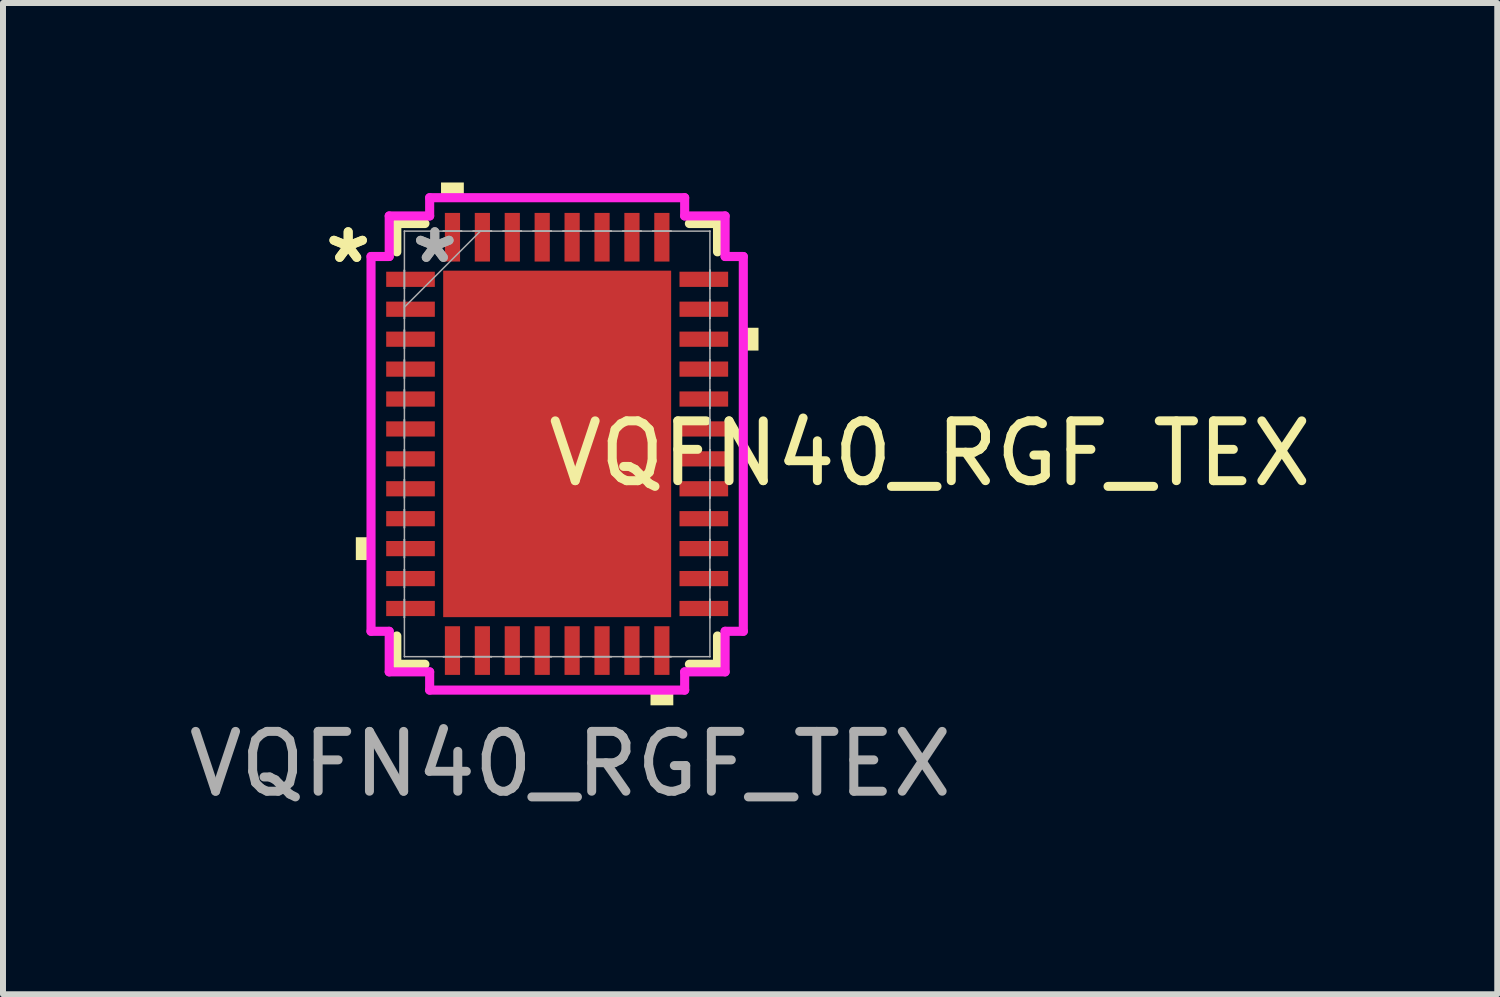
<source format=kicad_pcb>
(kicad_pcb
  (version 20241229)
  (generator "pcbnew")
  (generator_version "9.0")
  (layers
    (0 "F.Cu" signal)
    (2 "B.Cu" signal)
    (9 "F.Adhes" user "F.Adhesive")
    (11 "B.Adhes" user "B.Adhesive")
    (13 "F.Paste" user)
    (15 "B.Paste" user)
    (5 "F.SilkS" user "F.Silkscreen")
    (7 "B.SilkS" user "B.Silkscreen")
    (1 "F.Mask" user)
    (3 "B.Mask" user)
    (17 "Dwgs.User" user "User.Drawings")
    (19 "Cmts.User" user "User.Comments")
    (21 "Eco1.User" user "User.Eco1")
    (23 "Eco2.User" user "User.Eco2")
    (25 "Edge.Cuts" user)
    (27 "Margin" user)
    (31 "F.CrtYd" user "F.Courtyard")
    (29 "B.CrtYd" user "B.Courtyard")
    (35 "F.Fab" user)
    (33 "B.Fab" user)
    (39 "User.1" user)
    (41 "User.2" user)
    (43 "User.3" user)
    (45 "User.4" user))
  (footprint "VQFN40_RGF_TEX"
    (layer "F.Cu")
    (at 6.262 4.369)
    (property "Reference" "VQFN40_RGF_TEX" (at 6.23 0.16 0) (unlocked yes) (layer "F.SilkS") (effects (font (size 1 1) (thickness 0.15))))
    (attr smd)
    (fp_line (start -2.68 -3.683) (end -2.68 -3.21) (stroke (width 0.152) (type solid)) (layer "F.SilkS"))
    (fp_line (start -2.68 3.21) (end -2.68 3.683) (stroke (width 0.152) (type solid)) (layer "F.SilkS"))
    (fp_line (start -2.68 3.683) (end -2.21 3.683) (stroke (width 0.152) (type solid)) (layer "F.SilkS"))
    (fp_line (start -2.21 -3.683) (end -2.68 -3.683) (stroke (width 0.152) (type solid)) (layer "F.SilkS"))
    (fp_line (start 2.21 3.683) (end 2.68 3.683) (stroke (width 0.152) (type solid)) (layer "F.SilkS"))
    (fp_line (start 2.68 -3.683) (end 2.21 -3.683) (stroke (width 0.152) (type solid)) (layer "F.SilkS"))
    (fp_line (start 2.68 -3.21) (end 2.68 -3.683) (stroke (width 0.152) (type solid)) (layer "F.SilkS"))
    (fp_line (start 2.68 3.683) (end 2.68 3.21) (stroke (width 0.152) (type solid)) (layer "F.SilkS"))
    (fp_poly (pts (xy -3.365 1.56) (xy -3.365 1.941) (xy -3.111 1.941) (xy -3.111 1.56)) (stroke (width 0) (type solid)) (fill yes) (layer "F.SilkS"))
    (fp_poly (pts (xy -1.941 -4.115) (xy -1.941 -4.369) (xy -1.56 -4.369) (xy -1.56 -4.115)) (stroke (width 0) (type solid)) (fill yes) (layer "F.SilkS"))
    (fp_poly (pts (xy 1.56 4.115) (xy 1.56 4.369) (xy 1.941 4.369) (xy 1.941 4.115)) (stroke (width 0) (type solid)) (fill yes) (layer "F.SilkS"))
    (fp_poly (pts (xy 3.365 -1.941) (xy 3.365 -1.56) (xy 3.111 -1.56) (xy 3.111 -1.941)) (stroke (width 0) (type solid)) (fill yes) (layer "F.SilkS"))
    (fp_poly (pts (xy -1.805 -2.796) (xy -1.805 -1.548) (xy -0.735 -1.548) (xy -0.735 -2.796)) (stroke (width 0) (type solid)) (fill yes) (layer "F.Paste"))
    (fp_poly (pts (xy -1.805 -1.348) (xy -1.805 -0.1) (xy -0.735 -0.1) (xy -0.735 -1.348)) (stroke (width 0) (type solid)) (fill yes) (layer "F.Paste"))
    (fp_poly (pts (xy -1.805 0.1) (xy -1.805 1.348) (xy -0.735 1.348) (xy -0.735 0.1)) (stroke (width 0) (type solid)) (fill yes) (layer "F.Paste"))
    (fp_poly (pts (xy -1.805 1.548) (xy -1.805 2.796) (xy -0.735 2.796) (xy -0.735 1.548)) (stroke (width 0) (type solid)) (fill yes) (layer "F.Paste"))
    (fp_poly (pts (xy -0.535 -2.796) (xy -0.535 -1.548) (xy 0.535 -1.548) (xy 0.535 -2.796)) (stroke (width 0) (type solid)) (fill yes) (layer "F.Paste"))
    (fp_poly (pts (xy -0.535 -1.348) (xy -0.535 -0.1) (xy 0.535 -0.1) (xy 0.535 -1.348)) (stroke (width 0) (type solid)) (fill yes) (layer "F.Paste"))
    (fp_poly (pts (xy -0.535 0.1) (xy -0.535 1.348) (xy 0.535 1.348) (xy 0.535 0.1)) (stroke (width 0) (type solid)) (fill yes) (layer "F.Paste"))
    (fp_poly (pts (xy -0.535 1.548) (xy -0.535 2.796) (xy 0.535 2.796) (xy 0.535 1.548)) (stroke (width 0) (type solid)) (fill yes) (layer "F.Paste"))
    (fp_poly (pts (xy 0.735 -2.796) (xy 0.735 -1.548) (xy 1.805 -1.548) (xy 1.805 -2.796)) (stroke (width 0) (type solid)) (fill yes) (layer "F.Paste"))
    (fp_poly (pts (xy 0.735 -1.348) (xy 0.735 -0.1) (xy 1.805 -0.1) (xy 1.805 -1.348)) (stroke (width 0) (type solid)) (fill yes) (layer "F.Paste"))
    (fp_poly (pts (xy 0.735 0.1) (xy 0.735 1.348) (xy 1.805 1.348) (xy 1.805 0.1)) (stroke (width 0) (type solid)) (fill yes) (layer "F.Paste"))
    (fp_poly (pts (xy 0.735 1.548) (xy 0.735 2.796) (xy 1.805 2.796) (xy 1.805 1.548)) (stroke (width 0) (type solid)) (fill yes) (layer "F.Paste"))
    (fp_line (start -3.111 -3.132) (end -2.807 -3.132) (stroke (width 0.152) (type solid)) (layer "F.CrtYd"))
    (fp_line (start -3.111 3.132) (end -3.111 -3.132) (stroke (width 0.152) (type solid)) (layer "F.CrtYd"))
    (fp_line (start -2.807 -3.81) (end -2.131 -3.81) (stroke (width 0.152) (type solid)) (layer "F.CrtYd"))
    (fp_line (start -2.807 -3.132) (end -2.807 -3.81) (stroke (width 0.152) (type solid)) (layer "F.CrtYd"))
    (fp_line (start -2.807 3.132) (end -3.111 3.132) (stroke (width 0.152) (type solid)) (layer "F.CrtYd"))
    (fp_line (start -2.807 3.81) (end -2.807 3.132) (stroke (width 0.152) (type solid)) (layer "F.CrtYd"))
    (fp_line (start -2.131 -4.115) (end 2.131 -4.115) (stroke (width 0.152) (type solid)) (layer "F.CrtYd"))
    (fp_line (start -2.131 -3.81) (end -2.131 -4.115) (stroke (width 0.152) (type solid)) (layer "F.CrtYd"))
    (fp_line (start -2.131 3.81) (end -2.807 3.81) (stroke (width 0.152) (type solid)) (layer "F.CrtYd"))
    (fp_line (start -2.131 4.115) (end -2.131 3.81) (stroke (width 0.152) (type solid)) (layer "F.CrtYd"))
    (fp_line (start 2.131 -4.115) (end 2.131 -3.81) (stroke (width 0.152) (type solid)) (layer "F.CrtYd"))
    (fp_line (start 2.131 -3.81) (end 2.807 -3.81) (stroke (width 0.152) (type solid)) (layer "F.CrtYd"))
    (fp_line (start 2.131 3.81) (end 2.131 4.115) (stroke (width 0.152) (type solid)) (layer "F.CrtYd"))
    (fp_line (start 2.131 4.115) (end -2.131 4.115) (stroke (width 0.152) (type solid)) (layer "F.CrtYd"))
    (fp_line (start 2.807 -3.81) (end 2.807 -3.132) (stroke (width 0.152) (type solid)) (layer "F.CrtYd"))
    (fp_line (start 2.807 -3.132) (end 3.111 -3.132) (stroke (width 0.152) (type solid)) (layer "F.CrtYd"))
    (fp_line (start 2.807 3.132) (end 2.807 3.81) (stroke (width 0.152) (type solid)) (layer "F.CrtYd"))
    (fp_line (start 2.807 3.81) (end 2.131 3.81) (stroke (width 0.152) (type solid)) (layer "F.CrtYd"))
    (fp_line (start 3.111 -3.132) (end 3.111 3.132) (stroke (width 0.152) (type solid)) (layer "F.CrtYd"))
    (fp_line (start 3.111 3.132) (end 2.807 3.132) (stroke (width 0.152) (type solid)) (layer "F.CrtYd"))
    (fp_line (start -2.553 -3.556) (end -2.553 -3.556) (stroke (width 0.025) (type solid)) (layer "F.Fab"))
    (fp_line (start -2.553 -3.556) (end -2.553 3.556) (stroke (width 0.025) (type solid)) (layer "F.Fab"))
    (fp_line (start -2.553 -2.903) (end -2.553 -2.903) (stroke (width 0.025) (type solid)) (layer "F.Fab"))
    (fp_line (start -2.553 -2.903) (end -2.553 -2.598) (stroke (width 0.025) (type solid)) (layer "F.Fab"))
    (fp_line (start -2.553 -2.598) (end -2.553 -2.903) (stroke (width 0.025) (type solid)) (layer "F.Fab"))
    (fp_line (start -2.553 -2.598) (end -2.553 -2.598) (stroke (width 0.025) (type solid)) (layer "F.Fab"))
    (fp_line (start -2.553 -2.403) (end -2.553 -2.403) (stroke (width 0.025) (type solid)) (layer "F.Fab"))
    (fp_line (start -2.553 -2.403) (end -2.553 -2.098) (stroke (width 0.025) (type solid)) (layer "F.Fab"))
    (fp_line (start -2.553 -2.286) (end -1.283 -3.556) (stroke (width 0.025) (type solid)) (layer "F.Fab"))
    (fp_line (start -2.553 -2.098) (end -2.553 -2.403) (stroke (width 0.025) (type solid)) (layer "F.Fab"))
    (fp_line (start -2.553 -2.098) (end -2.553 -2.098) (stroke (width 0.025) (type solid)) (layer "F.Fab"))
    (fp_line (start -2.553 -1.903) (end -2.553 -1.903) (stroke (width 0.025) (type solid)) (layer "F.Fab"))
    (fp_line (start -2.553 -1.903) (end -2.553 -1.598) (stroke (width 0.025) (type solid)) (layer "F.Fab"))
    (fp_line (start -2.553 -1.598) (end -2.553 -1.903) (stroke (width 0.025) (type solid)) (layer "F.Fab"))
    (fp_line (start -2.553 -1.598) (end -2.553 -1.598) (stroke (width 0.025) (type solid)) (layer "F.Fab"))
    (fp_line (start -2.553 -1.403) (end -2.553 -1.403) (stroke (width 0.025) (type solid)) (layer "F.Fab"))
    (fp_line (start -2.553 -1.403) (end -2.553 -1.098) (stroke (width 0.025) (type solid)) (layer "F.Fab"))
    (fp_line (start -2.553 -1.098) (end -2.553 -1.403) (stroke (width 0.025) (type solid)) (layer "F.Fab"))
    (fp_line (start -2.553 -1.098) (end -2.553 -1.098) (stroke (width 0.025) (type solid)) (layer "F.Fab"))
    (fp_line (start -2.553 -0.903) (end -2.553 -0.903) (stroke (width 0.025) (type solid)) (layer "F.Fab"))
    (fp_line (start -2.553 -0.903) (end -2.553 -0.598) (stroke (width 0.025) (type solid)) (layer "F.Fab"))
    (fp_line (start -2.553 -0.598) (end -2.553 -0.903) (stroke (width 0.025) (type solid)) (layer "F.Fab"))
    (fp_line (start -2.553 -0.598) (end -2.553 -0.598) (stroke (width 0.025) (type solid)) (layer "F.Fab"))
    (fp_line (start -2.553 -0.402) (end -2.553 -0.402) (stroke (width 0.025) (type solid)) (layer "F.Fab"))
    (fp_line (start -2.553 -0.402) (end -2.553 -0.098) (stroke (width 0.025) (type solid)) (layer "F.Fab"))
    (fp_line (start -2.553 -0.098) (end -2.553 -0.402) (stroke (width 0.025) (type solid)) (layer "F.Fab"))
    (fp_line (start -2.553 -0.098) (end -2.553 -0.098) (stroke (width 0.025) (type solid)) (layer "F.Fab"))
    (fp_line (start -2.553 0.098) (end -2.553 0.098) (stroke (width 0.025) (type solid)) (layer "F.Fab"))
    (fp_line (start -2.553 0.098) (end -2.553 0.402) (stroke (width 0.025) (type solid)) (layer "F.Fab"))
    (fp_line (start -2.553 0.402) (end -2.553 0.098) (stroke (width 0.025) (type solid)) (layer "F.Fab"))
    (fp_line (start -2.553 0.402) (end -2.553 0.402) (stroke (width 0.025) (type solid)) (layer "F.Fab"))
    (fp_line (start -2.553 0.598) (end -2.553 0.598) (stroke (width 0.025) (type solid)) (layer "F.Fab"))
    (fp_line (start -2.553 0.598) (end -2.553 0.903) (stroke (width 0.025) (type solid)) (layer "F.Fab"))
    (fp_line (start -2.553 0.903) (end -2.553 0.598) (stroke (width 0.025) (type solid)) (layer "F.Fab"))
    (fp_line (start -2.553 0.903) (end -2.553 0.903) (stroke (width 0.025) (type solid)) (layer "F.Fab"))
    (fp_line (start -2.553 1.098) (end -2.553 1.098) (stroke (width 0.025) (type solid)) (layer "F.Fab"))
    (fp_line (start -2.553 1.098) (end -2.553 1.403) (stroke (width 0.025) (type solid)) (layer "F.Fab"))
    (fp_line (start -2.553 1.403) (end -2.553 1.098) (stroke (width 0.025) (type solid)) (layer "F.Fab"))
    (fp_line (start -2.553 1.403) (end -2.553 1.403) (stroke (width 0.025) (type solid)) (layer "F.Fab"))
    (fp_line (start -2.553 1.598) (end -2.553 1.598) (stroke (width 0.025) (type solid)) (layer "F.Fab"))
    (fp_line (start -2.553 1.598) (end -2.553 1.903) (stroke (width 0.025) (type solid)) (layer "F.Fab"))
    (fp_line (start -2.553 1.903) (end -2.553 1.598) (stroke (width 0.025) (type solid)) (layer "F.Fab"))
    (fp_line (start -2.553 1.903) (end -2.553 1.903) (stroke (width 0.025) (type solid)) (layer "F.Fab"))
    (fp_line (start -2.553 2.098) (end -2.553 2.098) (stroke (width 0.025) (type solid)) (layer "F.Fab"))
    (fp_line (start -2.553 2.098) (end -2.553 2.403) (stroke (width 0.025) (type solid)) (layer "F.Fab"))
    (fp_line (start -2.553 2.403) (end -2.553 2.098) (stroke (width 0.025) (type solid)) (layer "F.Fab"))
    (fp_line (start -2.553 2.403) (end -2.553 2.403) (stroke (width 0.025) (type solid)) (layer "F.Fab"))
    (fp_line (start -2.553 2.598) (end -2.553 2.598) (stroke (width 0.025) (type solid)) (layer "F.Fab"))
    (fp_line (start -2.553 2.598) (end -2.553 2.903) (stroke (width 0.025) (type solid)) (layer "F.Fab"))
    (fp_line (start -2.553 2.903) (end -2.553 2.598) (stroke (width 0.025) (type solid)) (layer "F.Fab"))
    (fp_line (start -2.553 2.903) (end -2.553 2.903) (stroke (width 0.025) (type solid)) (layer "F.Fab"))
    (fp_line (start -2.553 3.556) (end -2.553 3.556) (stroke (width 0.025) (type solid)) (layer "F.Fab"))
    (fp_line (start -2.553 3.556) (end 2.553 3.556) (stroke (width 0.025) (type solid)) (layer "F.Fab"))
    (fp_line (start -1.903 -3.556) (end -1.903 -3.556) (stroke (width 0.025) (type solid)) (layer "F.Fab"))
    (fp_line (start -1.903 -3.556) (end -1.598 -3.556) (stroke (width 0.025) (type solid)) (layer "F.Fab"))
    (fp_line (start -1.903 3.556) (end -1.903 3.556) (stroke (width 0.025) (type solid)) (layer "F.Fab"))
    (fp_line (start -1.903 3.556) (end -1.598 3.556) (stroke (width 0.025) (type solid)) (layer "F.Fab"))
    (fp_line (start -1.598 -3.556) (end -1.903 -3.556) (stroke (width 0.025) (type solid)) (layer "F.Fab"))
    (fp_line (start -1.598 -3.556) (end -1.598 -3.556) (stroke (width 0.025) (type solid)) (layer "F.Fab"))
    (fp_line (start -1.598 3.556) (end -1.903 3.556) (stroke (width 0.025) (type solid)) (layer "F.Fab"))
    (fp_line (start -1.598 3.556) (end -1.598 3.556) (stroke (width 0.025) (type solid)) (layer "F.Fab"))
    (fp_line (start -1.403 -3.556) (end -1.403 -3.556) (stroke (width 0.025) (type solid)) (layer "F.Fab"))
    (fp_line (start -1.403 -3.556) (end -1.098 -3.556) (stroke (width 0.025) (type solid)) (layer "F.Fab"))
    (fp_line (start -1.403 3.556) (end -1.403 3.556) (stroke (width 0.025) (type solid)) (layer "F.Fab"))
    (fp_line (start -1.403 3.556) (end -1.098 3.556) (stroke (width 0.025) (type solid)) (layer "F.Fab"))
    (fp_line (start -1.098 -3.556) (end -1.403 -3.556) (stroke (width 0.025) (type solid)) (layer "F.Fab"))
    (fp_line (start -1.098 -3.556) (end -1.098 -3.556) (stroke (width 0.025) (type solid)) (layer "F.Fab"))
    (fp_line (start -1.098 3.556) (end -1.403 3.556) (stroke (width 0.025) (type solid)) (layer "F.Fab"))
    (fp_line (start -1.098 3.556) (end -1.098 3.556) (stroke (width 0.025) (type solid)) (layer "F.Fab"))
    (fp_line (start -0.903 -3.556) (end -0.903 -3.556) (stroke (width 0.025) (type solid)) (layer "F.Fab"))
    (fp_line (start -0.903 -3.556) (end -0.598 -3.556) (stroke (width 0.025) (type solid)) (layer "F.Fab"))
    (fp_line (start -0.903 3.556) (end -0.903 3.556) (stroke (width 0.025) (type solid)) (layer "F.Fab"))
    (fp_line (start -0.903 3.556) (end -0.598 3.556) (stroke (width 0.025) (type solid)) (layer "F.Fab"))
    (fp_line (start -0.598 -3.556) (end -0.903 -3.556) (stroke (width 0.025) (type solid)) (layer "F.Fab"))
    (fp_line (start -0.598 -3.556) (end -0.598 -3.556) (stroke (width 0.025) (type solid)) (layer "F.Fab"))
    (fp_line (start -0.598 3.556) (end -0.903 3.556) (stroke (width 0.025) (type solid)) (layer "F.Fab"))
    (fp_line (start -0.598 3.556) (end -0.598 3.556) (stroke (width 0.025) (type solid)) (layer "F.Fab"))
    (fp_line (start -0.402 -3.556) (end -0.402 -3.556) (stroke (width 0.025) (type solid)) (layer "F.Fab"))
    (fp_line (start -0.402 -3.556) (end -0.098 -3.556) (stroke (width 0.025) (type solid)) (layer "F.Fab"))
    (fp_line (start -0.402 3.556) (end -0.402 3.556) (stroke (width 0.025) (type solid)) (layer "F.Fab"))
    (fp_line (start -0.402 3.556) (end -0.098 3.556) (stroke (width 0.025) (type solid)) (layer "F.Fab"))
    (fp_line (start -0.098 -3.556) (end -0.402 -3.556) (stroke (width 0.025) (type solid)) (layer "F.Fab"))
    (fp_line (start -0.098 -3.556) (end -0.098 -3.556) (stroke (width 0.025) (type solid)) (layer "F.Fab"))
    (fp_line (start -0.098 3.556) (end -0.402 3.556) (stroke (width 0.025) (type solid)) (layer "F.Fab"))
    (fp_line (start -0.098 3.556) (end -0.098 3.556) (stroke (width 0.025) (type solid)) (layer "F.Fab"))
    (fp_line (start 0.098 -3.556) (end 0.098 -3.556) (stroke (width 0.025) (type solid)) (layer "F.Fab"))
    (fp_line (start 0.098 -3.556) (end 0.402 -3.556) (stroke (width 0.025) (type solid)) (layer "F.Fab"))
    (fp_line (start 0.098 3.556) (end 0.098 3.556) (stroke (width 0.025) (type solid)) (layer "F.Fab"))
    (fp_line (start 0.098 3.556) (end 0.402 3.556) (stroke (width 0.025) (type solid)) (layer "F.Fab"))
    (fp_line (start 0.402 -3.556) (end 0.098 -3.556) (stroke (width 0.025) (type solid)) (layer "F.Fab"))
    (fp_line (start 0.402 -3.556) (end 0.402 -3.556) (stroke (width 0.025) (type solid)) (layer "F.Fab"))
    (fp_line (start 0.402 3.556) (end 0.098 3.556) (stroke (width 0.025) (type solid)) (layer "F.Fab"))
    (fp_line (start 0.402 3.556) (end 0.402 3.556) (stroke (width 0.025) (type solid)) (layer "F.Fab"))
    (fp_line (start 0.598 -3.556) (end 0.598 -3.556) (stroke (width 0.025) (type solid)) (layer "F.Fab"))
    (fp_line (start 0.598 -3.556) (end 0.903 -3.556) (stroke (width 0.025) (type solid)) (layer "F.Fab"))
    (fp_line (start 0.598 3.556) (end 0.598 3.556) (stroke (width 0.025) (type solid)) (layer "F.Fab"))
    (fp_line (start 0.598 3.556) (end 0.903 3.556) (stroke (width 0.025) (type solid)) (layer "F.Fab"))
    (fp_line (start 0.903 -3.556) (end 0.598 -3.556) (stroke (width 0.025) (type solid)) (layer "F.Fab"))
    (fp_line (start 0.903 -3.556) (end 0.903 -3.556) (stroke (width 0.025) (type solid)) (layer "F.Fab"))
    (fp_line (start 0.903 3.556) (end 0.598 3.556) (stroke (width 0.025) (type solid)) (layer "F.Fab"))
    (fp_line (start 0.903 3.556) (end 0.903 3.556) (stroke (width 0.025) (type solid)) (layer "F.Fab"))
    (fp_line (start 1.098 -3.556) (end 1.098 -3.556) (stroke (width 0.025) (type solid)) (layer "F.Fab"))
    (fp_line (start 1.098 -3.556) (end 1.403 -3.556) (stroke (width 0.025) (type solid)) (layer "F.Fab"))
    (fp_line (start 1.098 3.556) (end 1.098 3.556) (stroke (width 0.025) (type solid)) (layer "F.Fab"))
    (fp_line (start 1.098 3.556) (end 1.403 3.556) (stroke (width 0.025) (type solid)) (layer "F.Fab"))
    (fp_line (start 1.403 -3.556) (end 1.098 -3.556) (stroke (width 0.025) (type solid)) (layer "F.Fab"))
    (fp_line (start 1.403 -3.556) (end 1.403 -3.556) (stroke (width 0.025) (type solid)) (layer "F.Fab"))
    (fp_line (start 1.403 3.556) (end 1.098 3.556) (stroke (width 0.025) (type solid)) (layer "F.Fab"))
    (fp_line (start 1.403 3.556) (end 1.403 3.556) (stroke (width 0.025) (type solid)) (layer "F.Fab"))
    (fp_line (start 1.598 -3.556) (end 1.598 -3.556) (stroke (width 0.025) (type solid)) (layer "F.Fab"))
    (fp_line (start 1.598 -3.556) (end 1.903 -3.556) (stroke (width 0.025) (type solid)) (layer "F.Fab"))
    (fp_line (start 1.598 3.556) (end 1.598 3.556) (stroke (width 0.025) (type solid)) (layer "F.Fab"))
    (fp_line (start 1.598 3.556) (end 1.903 3.556) (stroke (width 0.025) (type solid)) (layer "F.Fab"))
    (fp_line (start 1.903 -3.556) (end 1.598 -3.556) (stroke (width 0.025) (type solid)) (layer "F.Fab"))
    (fp_line (start 1.903 -3.556) (end 1.903 -3.556) (stroke (width 0.025) (type solid)) (layer "F.Fab"))
    (fp_line (start 1.903 3.556) (end 1.598 3.556) (stroke (width 0.025) (type solid)) (layer "F.Fab"))
    (fp_line (start 1.903 3.556) (end 1.903 3.556) (stroke (width 0.025) (type solid)) (layer "F.Fab"))
    (fp_line (start 2.553 -3.556) (end -2.553 -3.556) (stroke (width 0.025) (type solid)) (layer "F.Fab"))
    (fp_line (start 2.553 -3.556) (end 2.553 -3.556) (stroke (width 0.025) (type solid)) (layer "F.Fab"))
    (fp_line (start 2.553 -2.903) (end 2.553 -2.903) (stroke (width 0.025) (type solid)) (layer "F.Fab"))
    (fp_line (start 2.553 -2.903) (end 2.553 -2.598) (stroke (width 0.025) (type solid)) (layer "F.Fab"))
    (fp_line (start 2.553 -2.598) (end 2.553 -2.903) (stroke (width 0.025) (type solid)) (layer "F.Fab"))
    (fp_line (start 2.553 -2.598) (end 2.553 -2.598) (stroke (width 0.025) (type solid)) (layer "F.Fab"))
    (fp_line (start 2.553 -2.403) (end 2.553 -2.403) (stroke (width 0.025) (type solid)) (layer "F.Fab"))
    (fp_line (start 2.553 -2.403) (end 2.553 -2.098) (stroke (width 0.025) (type solid)) (layer "F.Fab"))
    (fp_line (start 2.553 -2.098) (end 2.553 -2.403) (stroke (width 0.025) (type solid)) (layer "F.Fab"))
    (fp_line (start 2.553 -2.098) (end 2.553 -2.098) (stroke (width 0.025) (type solid)) (layer "F.Fab"))
    (fp_line (start 2.553 -1.903) (end 2.553 -1.903) (stroke (width 0.025) (type solid)) (layer "F.Fab"))
    (fp_line (start 2.553 -1.903) (end 2.553 -1.598) (stroke (width 0.025) (type solid)) (layer "F.Fab"))
    (fp_line (start 2.553 -1.598) (end 2.553 -1.903) (stroke (width 0.025) (type solid)) (layer "F.Fab"))
    (fp_line (start 2.553 -1.598) (end 2.553 -1.598) (stroke (width 0.025) (type solid)) (layer "F.Fab"))
    (fp_line (start 2.553 -1.403) (end 2.553 -1.403) (stroke (width 0.025) (type solid)) (layer "F.Fab"))
    (fp_line (start 2.553 -1.403) (end 2.553 -1.098) (stroke (width 0.025) (type solid)) (layer "F.Fab"))
    (fp_line (start 2.553 -1.098) (end 2.553 -1.403) (stroke (width 0.025) (type solid)) (layer "F.Fab"))
    (fp_line (start 2.553 -1.098) (end 2.553 -1.098) (stroke (width 0.025) (type solid)) (layer "F.Fab"))
    (fp_line (start 2.553 -0.903) (end 2.553 -0.903) (stroke (width 0.025) (type solid)) (layer "F.Fab"))
    (fp_line (start 2.553 -0.903) (end 2.553 -0.598) (stroke (width 0.025) (type solid)) (layer "F.Fab"))
    (fp_line (start 2.553 -0.598) (end 2.553 -0.903) (stroke (width 0.025) (type solid)) (layer "F.Fab"))
    (fp_line (start 2.553 -0.598) (end 2.553 -0.598) (stroke (width 0.025) (type solid)) (layer "F.Fab"))
    (fp_line (start 2.553 -0.402) (end 2.553 -0.402) (stroke (width 0.025) (type solid)) (layer "F.Fab"))
    (fp_line (start 2.553 -0.402) (end 2.553 -0.098) (stroke (width 0.025) (type solid)) (layer "F.Fab"))
    (fp_line (start 2.553 -0.098) (end 2.553 -0.402) (stroke (width 0.025) (type solid)) (layer "F.Fab"))
    (fp_line (start 2.553 -0.098) (end 2.553 -0.098) (stroke (width 0.025) (type solid)) (layer "F.Fab"))
    (fp_line (start 2.553 0.098) (end 2.553 0.098) (stroke (width 0.025) (type solid)) (layer "F.Fab"))
    (fp_line (start 2.553 0.098) (end 2.553 0.402) (stroke (width 0.025) (type solid)) (layer "F.Fab"))
    (fp_line (start 2.553 0.402) (end 2.553 0.098) (stroke (width 0.025) (type solid)) (layer "F.Fab"))
    (fp_line (start 2.553 0.402) (end 2.553 0.402) (stroke (width 0.025) (type solid)) (layer "F.Fab"))
    (fp_line (start 2.553 0.598) (end 2.553 0.598) (stroke (width 0.025) (type solid)) (layer "F.Fab"))
    (fp_line (start 2.553 0.598) (end 2.553 0.903) (stroke (width 0.025) (type solid)) (layer "F.Fab"))
    (fp_line (start 2.553 0.903) (end 2.553 0.598) (stroke (width 0.025) (type solid)) (layer "F.Fab"))
    (fp_line (start 2.553 0.903) (end 2.553 0.903) (stroke (width 0.025) (type solid)) (layer "F.Fab"))
    (fp_line (start 2.553 1.098) (end 2.553 1.098) (stroke (width 0.025) (type solid)) (layer "F.Fab"))
    (fp_line (start 2.553 1.098) (end 2.553 1.403) (stroke (width 0.025) (type solid)) (layer "F.Fab"))
    (fp_line (start 2.553 1.403) (end 2.553 1.098) (stroke (width 0.025) (type solid)) (layer "F.Fab"))
    (fp_line (start 2.553 1.403) (end 2.553 1.403) (stroke (width 0.025) (type solid)) (layer "F.Fab"))
    (fp_line (start 2.553 1.598) (end 2.553 1.598) (stroke (width 0.025) (type solid)) (layer "F.Fab"))
    (fp_line (start 2.553 1.598) (end 2.553 1.903) (stroke (width 0.025) (type solid)) (layer "F.Fab"))
    (fp_line (start 2.553 1.903) (end 2.553 1.598) (stroke (width 0.025) (type solid)) (layer "F.Fab"))
    (fp_line (start 2.553 1.903) (end 2.553 1.903) (stroke (width 0.025) (type solid)) (layer "F.Fab"))
    (fp_line (start 2.553 2.098) (end 2.553 2.098) (stroke (width 0.025) (type solid)) (layer "F.Fab"))
    (fp_line (start 2.553 2.098) (end 2.553 2.403) (stroke (width 0.025) (type solid)) (layer "F.Fab"))
    (fp_line (start 2.553 2.403) (end 2.553 2.098) (stroke (width 0.025) (type solid)) (layer "F.Fab"))
    (fp_line (start 2.553 2.403) (end 2.553 2.403) (stroke (width 0.025) (type solid)) (layer "F.Fab"))
    (fp_line (start 2.553 2.598) (end 2.553 2.598) (stroke (width 0.025) (type solid)) (layer "F.Fab"))
    (fp_line (start 2.553 2.598) (end 2.553 2.903) (stroke (width 0.025) (type solid)) (layer "F.Fab"))
    (fp_line (start 2.553 2.903) (end 2.553 2.598) (stroke (width 0.025) (type solid)) (layer "F.Fab"))
    (fp_line (start 2.553 2.903) (end 2.553 2.903) (stroke (width 0.025) (type solid)) (layer "F.Fab"))
    (fp_line (start 2.553 3.556) (end 2.553 -3.556) (stroke (width 0.025) (type solid)) (layer "F.Fab"))
    (fp_line (start 2.553 3.556) (end 2.553 3.556) (stroke (width 0.025) (type solid)) (layer "F.Fab"))
    (fp_text user "*" (at -3.493 -3.001 0) (layer "F.SilkS") (effects (font (size 1 1) (thickness 0.15))))
    (fp_text user "*" (at -3.493 -3.001 0) (unlocked yes) (layer "F.SilkS") (effects (font (size 1 1) (thickness 0.15))))
    (fp_text user "*" (at -2.045 -3.001 0) (layer "F.Fab") (effects (font (size 1 1) (thickness 0.15))))
    (fp_text user "*" (at -2.045 -3.001 0) (unlocked yes) (layer "F.Fab") (effects (font (size 1 1) (thickness 0.15))))
    (fp_text user "${REFERENCE}" (at 0.22 5.35 0) (unlocked yes) (layer "F.Fab") (effects (font (size 1 1) (thickness 0.15))))
    (pad "1" smd rect (at -2.451 -2.751 90) (size 0.254 0.813) (layers "F.Cu" "F.Mask" "F.Paste"))
    (pad "2" smd rect (at -2.451 -2.251 90) (size 0.254 0.813) (layers "F.Cu" "F.Mask" "F.Paste"))
    (pad "3" smd rect (at -2.451 -1.75 90) (size 0.254 0.813) (layers "F.Cu" "F.Mask" "F.Paste"))
    (pad "4" smd rect (at -2.451 -1.25 90) (size 0.254 0.813) (layers "F.Cu" "F.Mask" "F.Paste"))
    (pad "5" smd rect (at -2.451 -0.75 90) (size 0.254 0.813) (layers "F.Cu" "F.Mask" "F.Paste"))
    (pad "6" smd rect (at -2.451 -0.25 90) (size 0.254 0.813) (layers "F.Cu" "F.Mask" "F.Paste"))
    (pad "7" smd rect (at -2.451 0.25 90) (size 0.254 0.813) (layers "F.Cu" "F.Mask" "F.Paste"))
    (pad "8" smd rect (at -2.451 0.75 90) (size 0.254 0.813) (layers "F.Cu" "F.Mask" "F.Paste"))
    (pad "9" smd rect (at -2.451 1.25 90) (size 0.254 0.813) (layers "F.Cu" "F.Mask" "F.Paste"))
    (pad "10" smd rect (at -2.451 1.75 90) (size 0.254 0.813) (layers "F.Cu" "F.Mask" "F.Paste"))
    (pad "11" smd rect (at -2.451 2.251 90) (size 0.254 0.813) (layers "F.Cu" "F.Mask" "F.Paste"))
    (pad "12" smd rect (at -2.451 2.751 90) (size 0.254 0.813) (layers "F.Cu" "F.Mask" "F.Paste"))
    (pad "13" smd rect (at -1.75 3.454) (size 0.254 0.813) (layers "F.Cu" "F.Mask" "F.Paste"))
    (pad "14" smd rect (at -1.25 3.454) (size 0.254 0.813) (layers "F.Cu" "F.Mask" "F.Paste"))
    (pad "15" smd rect (at -0.75 3.454) (size 0.254 0.813) (layers "F.Cu" "F.Mask" "F.Paste"))
    (pad "16" smd rect (at -0.25 3.454) (size 0.254 0.813) (layers "F.Cu" "F.Mask" "F.Paste"))
    (pad "17" smd rect (at 0.25 3.454) (size 0.254 0.813) (layers "F.Cu" "F.Mask" "F.Paste"))
    (pad "18" smd rect (at 0.75 3.454) (size 0.254 0.813) (layers "F.Cu" "F.Mask" "F.Paste"))
    (pad "19" smd rect (at 1.25 3.454) (size 0.254 0.813) (layers "F.Cu" "F.Mask" "F.Paste"))
    (pad "20" smd rect (at 1.75 3.454) (size 0.254 0.813) (layers "F.Cu" "F.Mask" "F.Paste"))
    (pad "21" smd rect (at 2.451 2.751 90) (size 0.254 0.813) (layers "F.Cu" "F.Mask" "F.Paste"))
    (pad "22" smd rect (at 2.451 2.251 90) (size 0.254 0.813) (layers "F.Cu" "F.Mask" "F.Paste"))
    (pad "23" smd rect (at 2.451 1.75 90) (size 0.254 0.813) (layers "F.Cu" "F.Mask" "F.Paste"))
    (pad "24" smd rect (at 2.451 1.25 90) (size 0.254 0.813) (layers "F.Cu" "F.Mask" "F.Paste"))
    (pad "25" smd rect (at 2.451 0.75 90) (size 0.254 0.813) (layers "F.Cu" "F.Mask" "F.Paste"))
    (pad "26" smd rect (at 2.451 0.25 90) (size 0.254 0.813) (layers "F.Cu" "F.Mask" "F.Paste"))
    (pad "27" smd rect (at 2.451 -0.25 90) (size 0.254 0.813) (layers "F.Cu" "F.Mask" "F.Paste"))
    (pad "28" smd rect (at 2.451 -0.75 90) (size 0.254 0.813) (layers "F.Cu" "F.Mask" "F.Paste"))
    (pad "29" smd rect (at 2.451 -1.25 90) (size 0.254 0.813) (layers "F.Cu" "F.Mask" "F.Paste"))
    (pad "30" smd rect (at 2.451 -1.75 90) (size 0.254 0.813) (layers "F.Cu" "F.Mask" "F.Paste"))
    (pad "31" smd rect (at 2.451 -2.251 90) (size 0.254 0.813) (layers "F.Cu" "F.Mask" "F.Paste"))
    (pad "32" smd rect (at 2.451 -2.751 90) (size 0.254 0.813) (layers "F.Cu" "F.Mask" "F.Paste"))
    (pad "33" smd rect (at 1.75 -3.454) (size 0.254 0.813) (layers "F.Cu" "F.Mask" "F.Paste"))
    (pad "34" smd rect (at 1.25 -3.454) (size 0.254 0.813) (layers "F.Cu" "F.Mask" "F.Paste"))
    (pad "35" smd rect (at 0.75 -3.454) (size 0.254 0.813) (layers "F.Cu" "F.Mask" "F.Paste"))
    (pad "36" smd rect (at 0.25 -3.454) (size 0.254 0.813) (layers "F.Cu" "F.Mask" "F.Paste"))
    (pad "37" smd rect (at -0.25 -3.454) (size 0.254 0.813) (layers "F.Cu" "F.Mask" "F.Paste"))
    (pad "38" smd rect (at -0.75 -3.454) (size 0.254 0.813) (layers "F.Cu" "F.Mask" "F.Paste"))
    (pad "39" smd rect (at -1.25 -3.454) (size 0.254 0.813) (layers "F.Cu" "F.Mask" "F.Paste"))
    (pad "40" smd rect (at -1.75 -3.454) (size 0.254 0.813) (layers "F.Cu" "F.Mask" "F.Paste"))
    (pad "41" smd rect (at 0 0) (size 3.81 5.791) (layers "F.Cu" "F.Mask")))
  (gr_rect
    (start -3 -3)
    (end 21.974 13.567)
    (stroke (width 0.1) (type default))
    (fill no)
    (layer "Edge.Cuts")))
</source>
